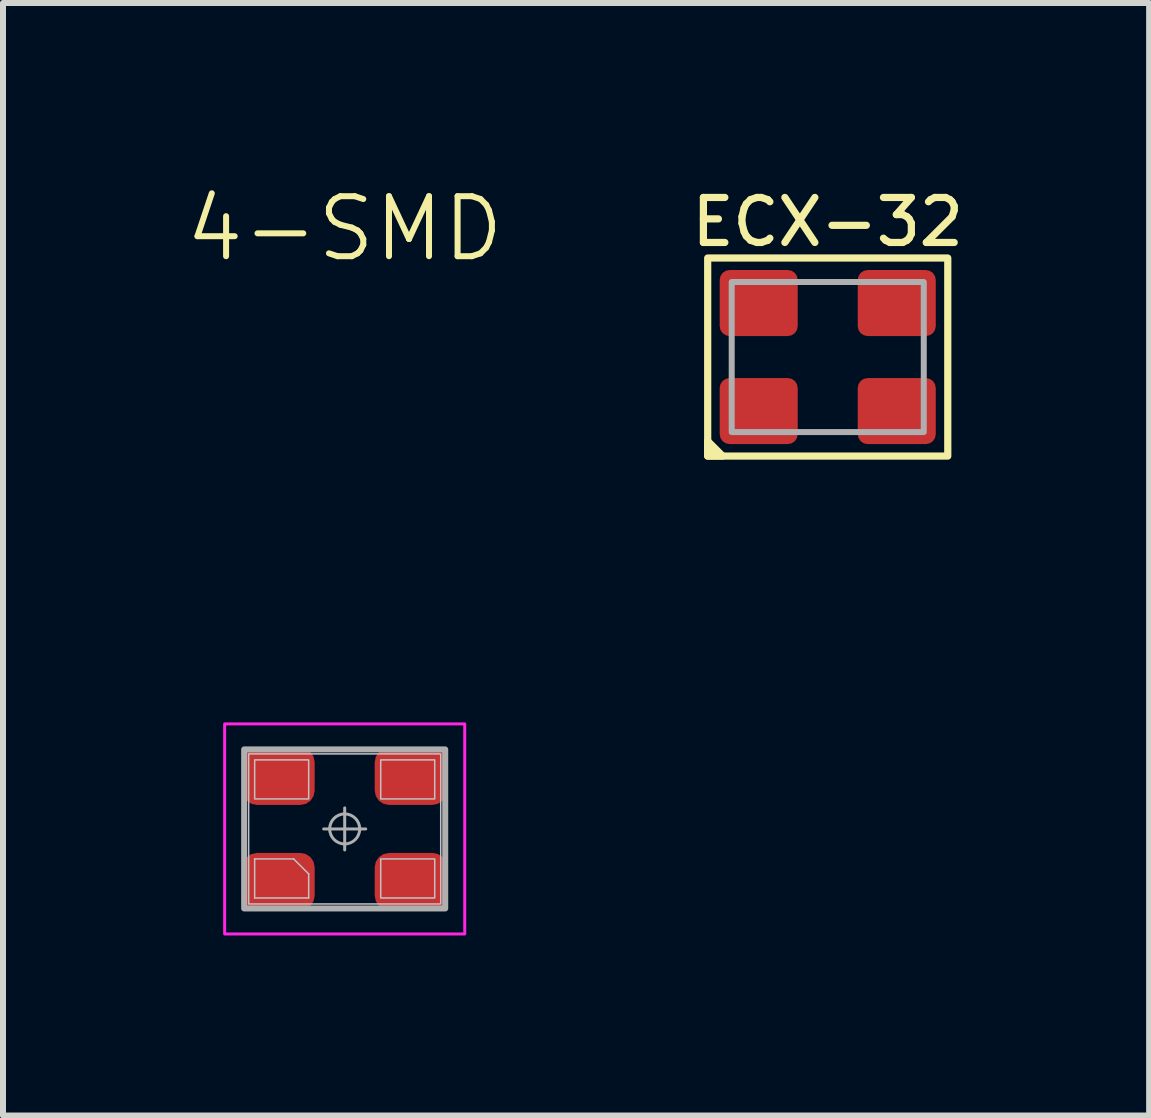
<source format=kicad_pcb>
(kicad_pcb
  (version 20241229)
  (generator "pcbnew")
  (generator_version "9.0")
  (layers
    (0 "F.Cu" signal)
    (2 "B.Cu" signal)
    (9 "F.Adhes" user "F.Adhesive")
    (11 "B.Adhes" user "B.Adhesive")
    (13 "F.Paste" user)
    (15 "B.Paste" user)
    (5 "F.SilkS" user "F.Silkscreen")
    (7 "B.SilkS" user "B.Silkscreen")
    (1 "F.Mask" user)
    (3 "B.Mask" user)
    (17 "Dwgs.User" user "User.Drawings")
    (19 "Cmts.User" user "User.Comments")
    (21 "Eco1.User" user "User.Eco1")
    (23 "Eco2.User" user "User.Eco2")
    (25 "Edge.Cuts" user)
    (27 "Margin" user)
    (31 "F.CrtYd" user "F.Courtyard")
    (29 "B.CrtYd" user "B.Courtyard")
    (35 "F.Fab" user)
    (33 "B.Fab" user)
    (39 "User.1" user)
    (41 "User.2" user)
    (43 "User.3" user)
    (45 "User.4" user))
  (footprint "ECX-32"
    (layer "F.Cu")
    (at 10.741 2.899)
    (property "Reference" "ECX-32" (at 0 -2.25 0) (unlocked yes) (layer "F.SilkS") (effects (font (size 0.75 0.75) (thickness 0.12))))
    (attr smd)
    (fp_rect (start -2 -1.65) (end 2 1.65) (stroke (width 0.12) (type solid)) (fill no) (layer "F.SilkS"))
    (fp_poly (pts (xy -1.75 1.65) (xy -2 1.4) (xy -2 1.65)) (stroke (width 0.12) (type solid)) (fill yes) (layer "F.SilkS"))
    (fp_rect (start -1.6 -1.25) (end 1.6 1.25) (stroke (width 0.1) (type solid)) (fill no) (layer "F.Fab"))
    (pad "1" smd roundrect (at -1.15 0.9) (size 1.3 1.1) (layers "F.Cu" "F.Mask" "F.Paste") (roundrect_rratio 0.15))
    (pad "2" smd roundrect (at 1.15 0.9) (size 1.3 1.1) (layers "F.Cu" "F.Mask" "F.Paste") (roundrect_rratio 0.15))
    (pad "3" smd roundrect (at 1.15 -0.9) (size 1.3 1.1) (layers "F.Cu" "F.Mask" "F.Paste") (roundrect_rratio 0.15))
    (pad "4" smd roundrect (at -1.15 -0.9) (size 1.3 1.1) (layers "F.Cu" "F.Mask" "F.Paste") (roundrect_rratio 0.15)))
  (footprint "4-SMD"
    (layer "F.Cu")
    (at 2.693 10.761)
    (property "Reference" "4-SMD" (at 0 -10 0) (unlocked yes) (layer "F.SilkS") (effects (font (size 1 1) (thickness 0.1))))
    (attr smd)
    (fp_line (start -1.5 0.5) (end -1.5 1.15) (stroke (width 0.025) (type default)) (layer "Dwgs.User"))
    (fp_line (start -1.5 0.5) (end -0.85 0.5) (stroke (width 0.025) (type default)) (layer "Dwgs.User"))
    (fp_line (start -0.6 0.75) (end -0.85 0.5) (stroke (width 0.025) (type default)) (layer "Dwgs.User"))
    (fp_line (start -0.6 1.15) (end -1.5 1.15) (stroke (width 0.025) (type default)) (layer "Dwgs.User"))
    (fp_line (start -0.6 1.15) (end -0.6 0.75) (stroke (width 0.025) (type default)) (layer "Dwgs.User"))
    (fp_rect (start -1.6 -1.25) (end 1.6 1.25) (stroke (width 0.025) (type default)) (fill no) (layer "Dwgs.User"))
    (fp_rect (start -1.5 -1.15) (end -0.6 -0.5) (stroke (width 0.025) (type default)) (fill no) (layer "Dwgs.User"))
    (fp_rect (start 0.6 0.5) (end 1.5 1.15) (stroke (width 0.025) (type default)) (fill no) (layer "Dwgs.User"))
    (fp_rect (start 1.5 -1.15) (end 0.6 -0.5) (stroke (width 0.025) (type default)) (fill no) (layer "Dwgs.User"))
    (fp_rect (start -2 -1.75) (end 2 1.75) (stroke (width 0.05) (type default)) (fill no) (layer "F.CrtYd"))
    (fp_line (start 0 -0.35) (end 0 0.35) (stroke (width 0.05) (type solid)) (layer "F.Fab"))
    (fp_line (start 0.35 0) (end -0.35 0) (stroke (width 0.05) (type solid)) (layer "F.Fab"))
    (fp_rect (start -1.675 -1.325) (end 1.675 1.325) (stroke (width 0.1) (type default)) (fill no) (layer "F.Fab"))
    (fp_circle (center 0 0) (end 0.25 0) (stroke (width 0.05) (type solid)) (fill no) (layer "F.Fab"))
    (pad "1" smd roundrect (at -1.1 0.875) (size 1.2 0.95) (layers "F.Cu" "F.Mask" "F.Paste") (roundrect_rratio 0.251))
    (pad "2" smd roundrect (at 1.1 0.875) (size 1.2 0.95) (layers "F.Cu" "F.Mask" "F.Paste") (roundrect_rratio 0.251))
    (pad "3" smd roundrect (at 1.1 -0.875) (size 1.2 0.95) (layers "F.Cu" "F.Mask" "F.Paste") (roundrect_rratio 0.251))
    (pad "4" smd roundrect (at -1.1 -0.875) (size 1.2 0.95) (layers "F.Cu" "F.Mask" "F.Paste") (roundrect_rratio 0.251)))
  (gr_rect
    (start -3 -3)
    (end 16.096 15.536)
    (stroke (width 0.1) (type default))
    (fill no)
    (layer "Edge.Cuts")))
</source>
